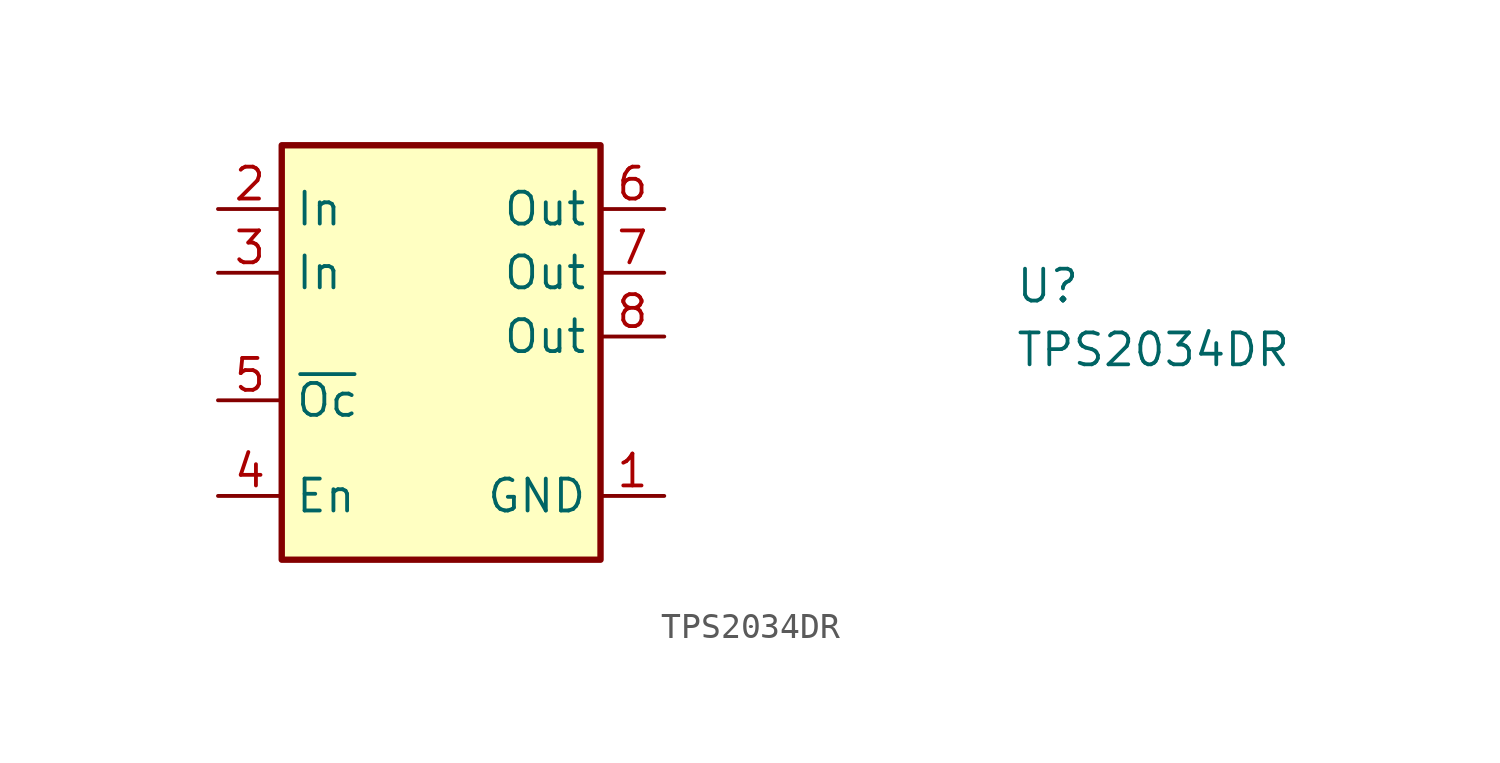
<source format=kicad_sym>
(kicad_symbol_lib
  (version 20211014)
  (generator kicad_symbol_editor)
  (symbol "TPS2034DR"
    (property "Reference" "U"
      (at 31.75 -3.81 0)
      (effects (font (size 1.27 1.27) (thickness 0.15)) (justify left bottom)))
    (property "Value" "TPS2034DR"
      (at 31.75 -6.35 0)
      (effects (font (size 1.27 1.27) (thickness 0.15)) (justify left bottom)))
    (symbol "TPS2034DR_1_1"
      (rectangle (start 2.54 2.54) (end 15.24 -13.97) (stroke (width 0.254) (type default) (color 0 0 0 0)) (fill (type background)))
      (pin passive line (at 17.78 -11.43 180) (length 2.54) (name "GND" (effects (font (size 1.27 1.27)))) (number "1" (effects (font (size 1.27 1.27)))))
      (pin power_in line (at 0 0 0) (length 2.54) (name "In" (effects (font (size 1.27 1.27)))) (number "2" (effects (font (size 1.27 1.27)))))
      (pin passive line (at 0 -2.54 0) (length 2.54) (name "In" (effects (font (size 1.27 1.27)))) (number "3" (effects (font (size 1.27 1.27)))))
      (pin input line (at 0 -11.43 0) (length 2.54) (name "En" (effects (font (size 1.27 1.27)))) (number "4" (effects (font (size 1.27 1.27)))))
      (pin input line (at 0 -7.62 0) (length 2.54) (name "~{Oc}" (effects (font (size 1.27 1.27)))) (number "5" (effects (font (size 1.27 1.27)))))
      (pin power_out line (at 17.78 0 180) (length 2.54) (name "Out" (effects (font (size 1.27 1.27)))) (number "6" (effects (font (size 1.27 1.27)))))
      (pin passive line (at 17.78 -2.54 180) (length 2.54) (name "Out" (effects (font (size 1.27 1.27)))) (number "7" (effects (font (size 1.27 1.27)))))
      (pin passive line (at 17.78 -5.08 180) (length 2.54) (name "Out" (effects (font (size 1.27 1.27)))) (number "8" (effects (font (size 1.27 1.27))))))))
</source>
